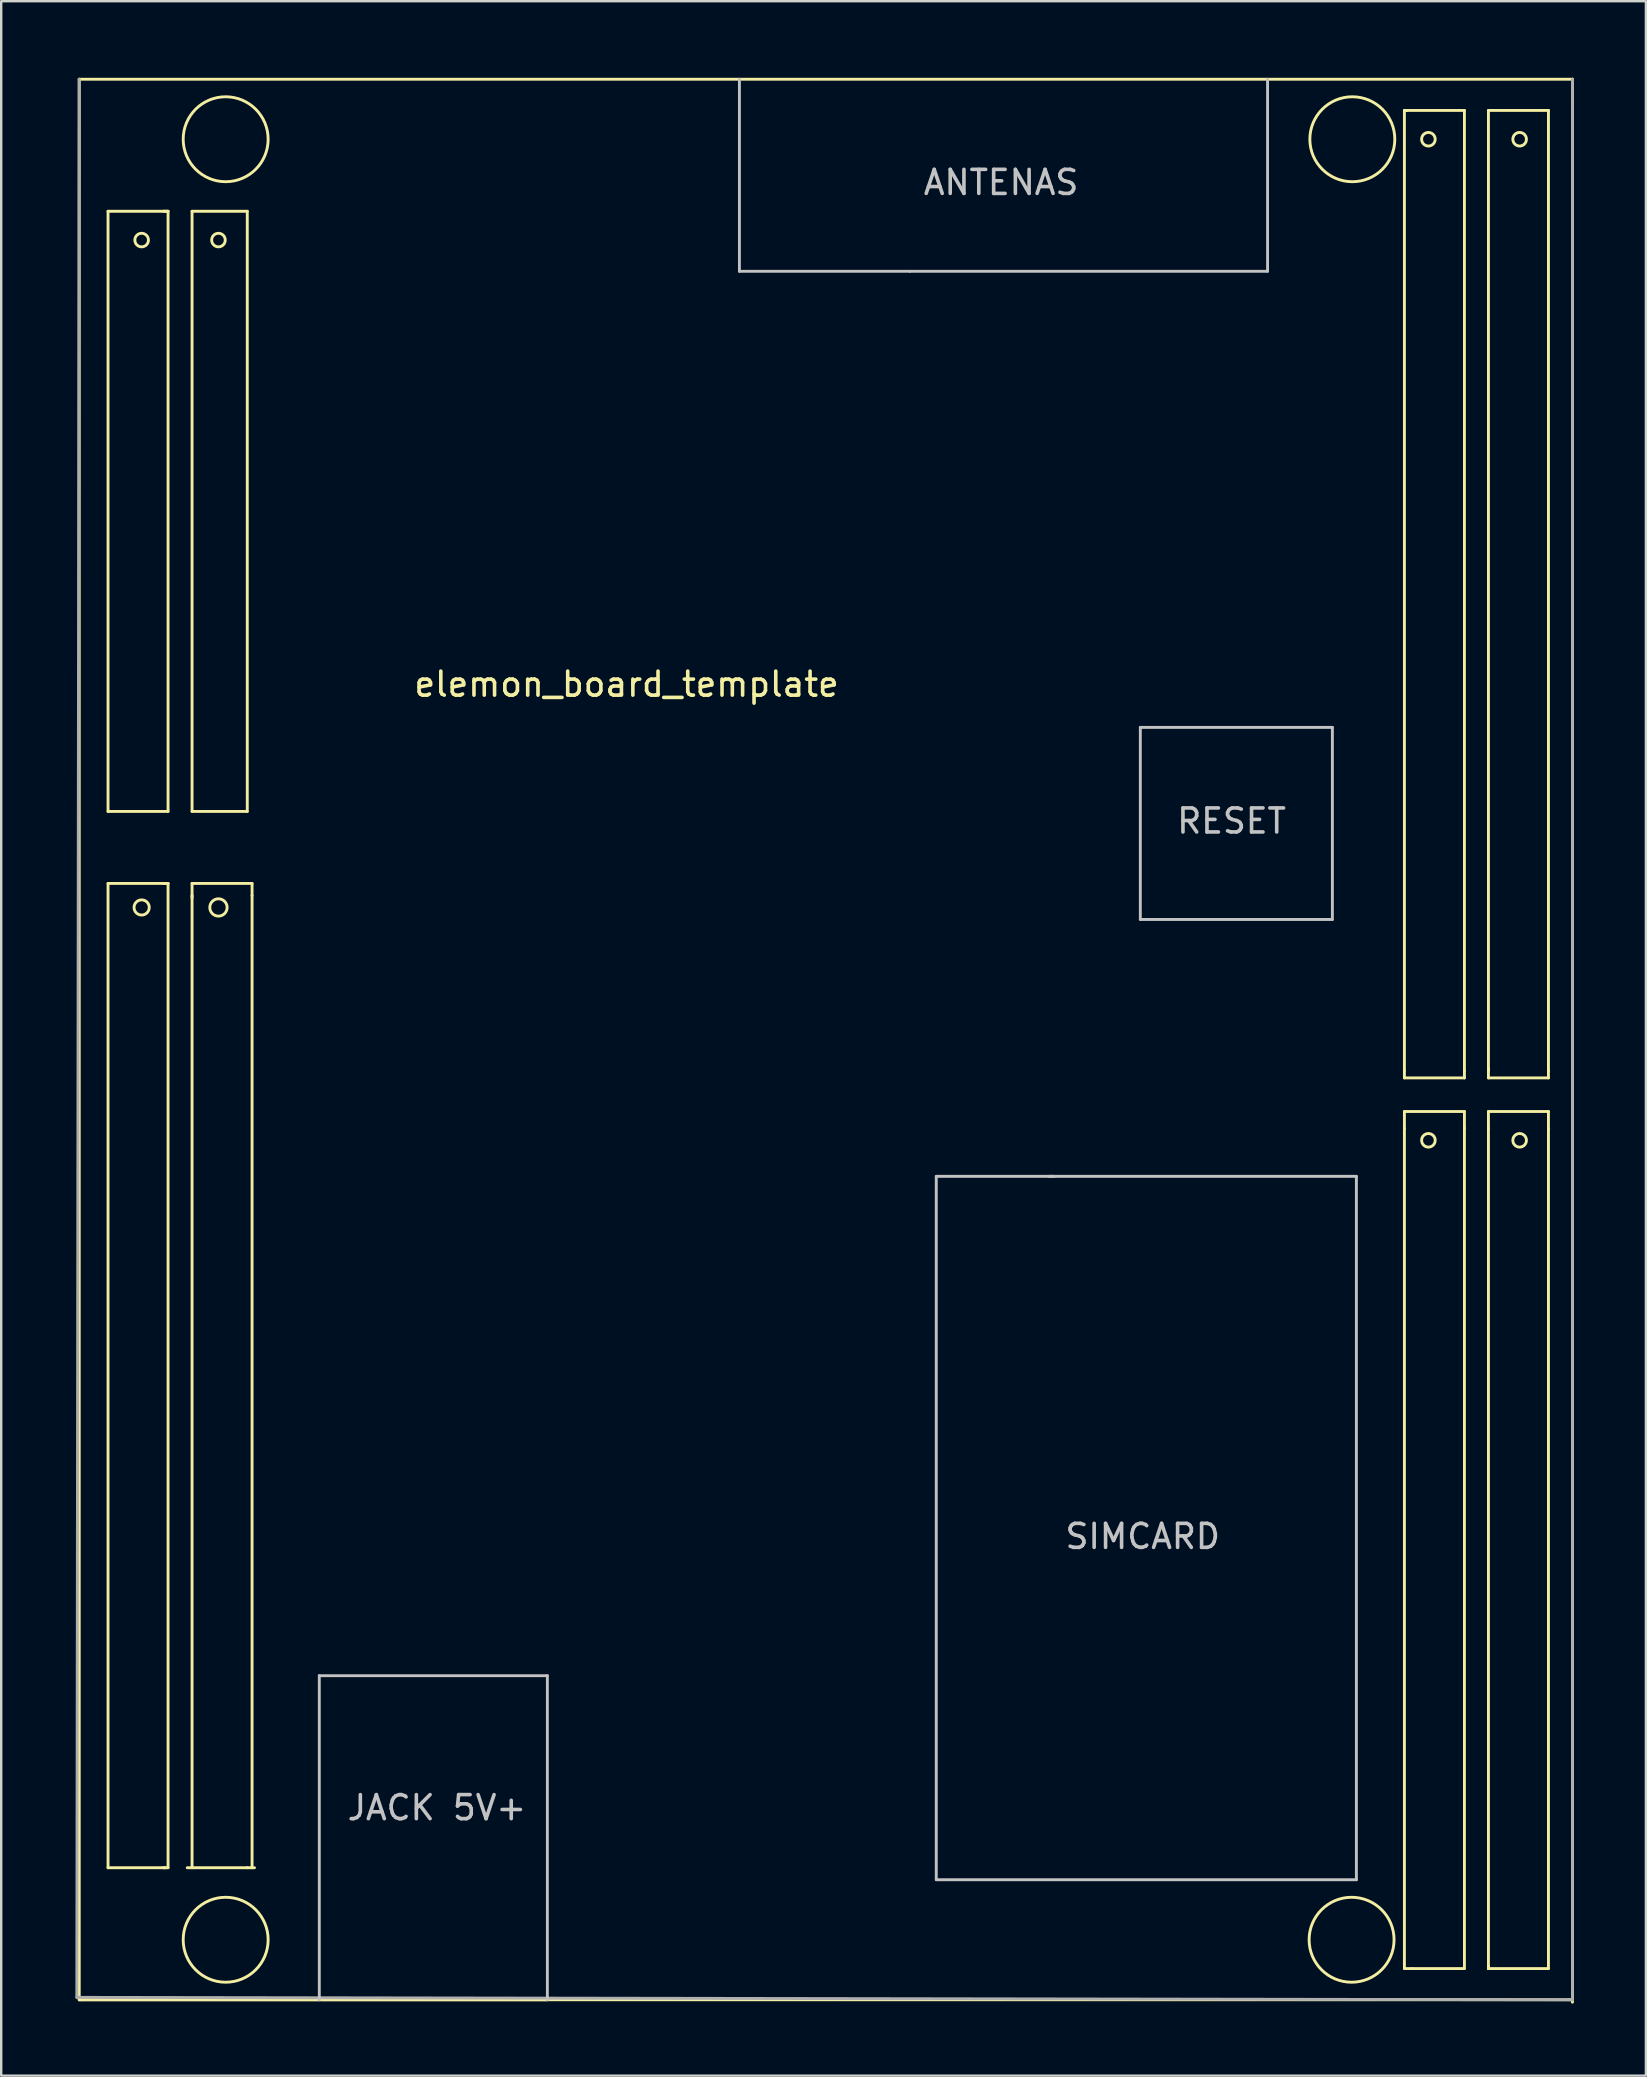
<source format=kicad_pcb>
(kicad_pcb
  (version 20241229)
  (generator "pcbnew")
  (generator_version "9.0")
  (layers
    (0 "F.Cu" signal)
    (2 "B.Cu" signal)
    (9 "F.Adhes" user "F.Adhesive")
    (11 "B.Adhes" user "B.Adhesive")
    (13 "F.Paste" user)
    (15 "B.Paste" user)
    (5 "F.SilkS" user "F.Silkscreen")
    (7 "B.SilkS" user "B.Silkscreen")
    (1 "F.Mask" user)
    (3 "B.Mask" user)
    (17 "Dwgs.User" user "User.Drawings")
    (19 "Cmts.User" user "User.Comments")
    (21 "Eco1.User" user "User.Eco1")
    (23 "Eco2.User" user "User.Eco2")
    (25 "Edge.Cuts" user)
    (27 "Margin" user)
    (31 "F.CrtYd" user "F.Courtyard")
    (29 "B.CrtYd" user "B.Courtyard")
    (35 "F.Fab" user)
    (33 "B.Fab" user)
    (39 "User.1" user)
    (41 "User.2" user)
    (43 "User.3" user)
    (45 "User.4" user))
  (footprint "elemon_board_template"
    (layer "F.Cu")
    (at 0.25 0.25)
    (property "Reference" "elemon_board_template" (at 22.8 25.2 0) (layer "F.SilkS") (effects (font (size 1 1) (thickness 0.15))))
    (attr through_hole)
    (fp_line (start 0 0) (end 62.2 0) (stroke (width 0.12) (type solid)) (layer "F.SilkS"))
    (fp_line (start 0 80) (end 0 0) (stroke (width 0.12) (type solid)) (layer "F.SilkS"))
    (fp_line (start 0 80) (end 19.5 80) (stroke (width 0.12) (type solid)) (layer "F.SilkS"))
    (fp_line (start 0.1 80) (end 0 80) (stroke (width 0.12) (type solid)) (layer "F.SilkS"))
    (fp_line (start 0.1 80) (end 62.1 80) (stroke (width 0.12) (type solid)) (layer "F.SilkS"))
    (fp_line (start 1.2 5.5) (end 3.7 5.5) (stroke (width 0.12) (type solid)) (layer "F.SilkS"))
    (fp_line (start 1.2 30.5) (end 1.2 5.5) (stroke (width 0.12) (type solid)) (layer "F.SilkS"))
    (fp_line (start 1.2 30.5) (end 3.7 30.5) (stroke (width 0.12) (type solid)) (layer "F.SilkS"))
    (fp_line (start 1.2 33.5) (end 1.2 74.5) (stroke (width 0.12) (type solid)) (layer "F.SilkS"))
    (fp_line (start 1.2 33.5) (end 3.7 33.5) (stroke (width 0.12) (type solid)) (layer "F.SilkS"))
    (fp_line (start 1.2 74.5) (end 3.6 74.5) (stroke (width 0.12) (type solid)) (layer "F.SilkS"))
    (fp_line (start 3.5 5.5) (end 3.7 5.5) (stroke (width 0.12) (type solid)) (layer "F.SilkS"))
    (fp_line (start 3.5 33.5) (end 3.7 33.5) (stroke (width 0.12) (type solid)) (layer "F.SilkS"))
    (fp_line (start 3.7 5.5) (end 3.7 30.5) (stroke (width 0.12) (type solid)) (layer "F.SilkS"))
    (fp_line (start 3.7 33.5) (end 3.7 74.5) (stroke (width 0.12) (type solid)) (layer "F.SilkS"))
    (fp_line (start 3.7 74.5) (end 3.5 74.5) (stroke (width 0.12) (type solid)) (layer "F.SilkS"))
    (fp_line (start 4.7 5.5) (end 7 5.5) (stroke (width 0.12) (type solid)) (layer "F.SilkS"))
    (fp_line (start 4.7 30.5) (end 4.7 5.5) (stroke (width 0.12) (type solid)) (layer "F.SilkS"))
    (fp_line (start 4.7 30.5) (end 7 30.5) (stroke (width 0.12) (type solid)) (layer "F.SilkS"))
    (fp_line (start 4.7 33.5) (end 4.7 34.1) (stroke (width 0.12) (type solid)) (layer "F.SilkS"))
    (fp_line (start 4.7 34) (end 4.7 74.5) (stroke (width 0.12) (type solid)) (layer "F.SilkS"))
    (fp_line (start 7 30.5) (end 7 5.5) (stroke (width 0.12) (type solid)) (layer "F.SilkS"))
    (fp_line (start 7 74.5) (end 4.5 74.5) (stroke (width 0.12) (type solid)) (layer "F.SilkS"))
    (fp_line (start 7.2 33.5) (end 4.7 33.5) (stroke (width 0.12) (type solid)) (layer "F.SilkS"))
    (fp_line (start 7.2 34) (end 7.2 33.5) (stroke (width 0.12) (type solid)) (layer "F.SilkS"))
    (fp_line (start 7.2 34) (end 7.2 74.5) (stroke (width 0.12) (type solid)) (layer "F.SilkS"))
    (fp_line (start 7.3 74.5) (end 7 74.5) (stroke (width 0.12) (type solid)) (layer "F.SilkS"))
    (fp_line (start 55.2 1.3) (end 55.3 1.3) (stroke (width 0.12) (type solid)) (layer "F.SilkS"))
    (fp_line (start 55.2 41.3) (end 55.2 1.3) (stroke (width 0.12) (type solid)) (layer "F.SilkS"))
    (fp_line (start 55.2 41.6) (end 55.2 41.3) (stroke (width 0.12) (type solid)) (layer "F.SilkS"))
    (fp_line (start 55.2 43) (end 55.2 43.7) (stroke (width 0.12) (type solid)) (layer "F.SilkS"))
    (fp_line (start 55.2 43.7) (end 55.2 78.7) (stroke (width 0.12) (type solid)) (layer "F.SilkS"))
    (fp_line (start 55.2 78.7) (end 55.5 78.7) (stroke (width 0.12) (type solid)) (layer "F.SilkS"))
    (fp_line (start 55.3 1.3) (end 55.2 1.3) (stroke (width 0.12) (type solid)) (layer "F.SilkS"))
    (fp_line (start 55.3 1.3) (end 57.7 1.3) (stroke (width 0.12) (type solid)) (layer "F.SilkS"))
    (fp_line (start 57.7 41.3) (end 57.7 1.3) (stroke (width 0.12) (type solid)) (layer "F.SilkS"))
    (fp_line (start 57.7 41.3) (end 57.7 41.6) (stroke (width 0.12) (type solid)) (layer "F.SilkS"))
    (fp_line (start 57.7 41.6) (end 55.2 41.6) (stroke (width 0.12) (type solid)) (layer "F.SilkS"))
    (fp_line (start 57.7 43) (end 55.2 43) (stroke (width 0.12) (type solid)) (layer "F.SilkS"))
    (fp_line (start 57.7 43.7) (end 57.7 43) (stroke (width 0.12) (type solid)) (layer "F.SilkS"))
    (fp_line (start 57.7 43.7) (end 57.7 78.7) (stroke (width 0.12) (type solid)) (layer "F.SilkS"))
    (fp_line (start 57.7 78.7) (end 55.5 78.7) (stroke (width 0.12) (type solid)) (layer "F.SilkS"))
    (fp_line (start 58.7 1.3) (end 61.2 1.3) (stroke (width 0.12) (type solid)) (layer "F.SilkS"))
    (fp_line (start 58.7 41.3) (end 58.7 1.3) (stroke (width 0.12) (type solid)) (layer "F.SilkS"))
    (fp_line (start 58.7 41.6) (end 58.7 41.2) (stroke (width 0.12) (type solid)) (layer "F.SilkS"))
    (fp_line (start 58.7 43) (end 61.2 43) (stroke (width 0.12) (type solid)) (layer "F.SilkS"))
    (fp_line (start 58.7 43.7) (end 58.7 43) (stroke (width 0.12) (type solid)) (layer "F.SilkS"))
    (fp_line (start 58.7 78.6) (end 58.7 78.7) (stroke (width 0.12) (type solid)) (layer "F.SilkS"))
    (fp_line (start 58.7 78.7) (end 58.7 43.7) (stroke (width 0.12) (type solid)) (layer "F.SilkS"))
    (fp_line (start 58.7 78.7) (end 58.7 78.6) (stroke (width 0.12) (type solid)) (layer "F.SilkS"))
    (fp_line (start 58.7 78.7) (end 61.2 78.7) (stroke (width 0.12) (type solid)) (layer "F.SilkS"))
    (fp_line (start 61.2 1.3) (end 61.2 41.3) (stroke (width 0.12) (type solid)) (layer "F.SilkS"))
    (fp_line (start 61.2 41.3) (end 61.2 41.6) (stroke (width 0.12) (type solid)) (layer "F.SilkS"))
    (fp_line (start 61.2 41.6) (end 58.7 41.6) (stroke (width 0.12) (type solid)) (layer "F.SilkS"))
    (fp_line (start 61.2 43.7) (end 61.2 43) (stroke (width 0.12) (type solid)) (layer "F.SilkS"))
    (fp_line (start 61.2 43.7) (end 61.2 78.7) (stroke (width 0.12) (type solid)) (layer "F.SilkS"))
    (fp_line (start 62.1 80) (end 62.2 80) (stroke (width 0.12) (type solid)) (layer "F.SilkS"))
    (fp_line (start 62.2 0) (end 62.2 1) (stroke (width 0.12) (type solid)) (layer "F.SilkS"))
    (fp_line (start 62.2 0) (end 62.2 80.1) (stroke (width 0.12) (type solid)) (layer "F.SilkS"))
    (fp_circle (center 2.6 6.7) (end 2.8 6.5) (stroke (width 0.12) (type solid)) (fill no) (layer "F.SilkS"))
    (fp_circle (center 2.6 34.5) (end 2.9 34.4) (stroke (width 0.12) (type solid)) (fill no) (layer "F.SilkS"))
    (fp_circle (center 5.8 6.7) (end 6 6.5) (stroke (width 0.12) (type solid)) (fill no) (layer "F.SilkS"))
    (fp_circle (center 5.8 34.5) (end 6 34.2) (stroke (width 0.12) (type solid)) (fill no) (layer "F.SilkS"))
    (fp_circle (center 6.1 2.5) (end 7.4 3.7) (stroke (width 0.12) (type solid)) (fill no) (layer "F.SilkS"))
    (fp_circle (center 6.1 77.5) (end 7.4 78.7) (stroke (width 0.12) (type solid)) (fill no) (layer "F.SilkS"))
    (fp_circle (center 53 77.5) (end 54.3 78.7) (stroke (width 0.12) (type solid)) (fill no) (layer "F.SilkS"))
    (fp_circle (center 53.031 2.5) (end 54.331 3.7) (stroke (width 0.12) (type solid)) (fill no) (layer "F.SilkS"))
    (fp_circle (center 56.2 2.5) (end 56.4 2.3) (stroke (width 0.12) (type solid)) (fill no) (layer "F.SilkS"))
    (fp_circle (center 56.2 44.2) (end 56.483 44.2) (stroke (width 0.12) (type solid)) (fill no) (layer "F.SilkS"))
    (fp_circle (center 60 2.5) (end 60.2 2.3) (stroke (width 0.12) (type solid)) (fill no) (layer "F.SilkS"))
    (fp_circle (center 60 44.2) (end 60.283 44.2) (stroke (width 0.12) (type solid)) (fill no) (layer "F.SilkS"))
    (fp_line (start 10 66.5) (end 10 80) (stroke (width 0.12) (type solid)) (layer "Dwgs.User"))
    (fp_line (start 19.5 66.5) (end 10 66.5) (stroke (width 0.12) (type solid)) (layer "Dwgs.User"))
    (fp_line (start 19.5 80) (end 19.5 66.5) (stroke (width 0.12) (type solid)) (layer "Dwgs.User"))
    (fp_line (start 27.5 0) (end 27.5 8) (stroke (width 0.12) (type solid)) (layer "Dwgs.User"))
    (fp_line (start 27.5 8) (end 34.6 8) (stroke (width 0.12) (type solid)) (layer "Dwgs.User"))
    (fp_line (start 35.7 45.7) (end 40.6 45.7) (stroke (width 0.12) (type solid)) (layer "Dwgs.User"))
    (fp_line (start 35.7 75) (end 35.7 45.7) (stroke (width 0.12) (type solid)) (layer "Dwgs.User"))
    (fp_line (start 35.7 75) (end 53.2 75) (stroke (width 0.12) (type solid)) (layer "Dwgs.User"))
    (fp_line (start 44.2 27) (end 44.2 35) (stroke (width 0.12) (type solid)) (layer "Dwgs.User"))
    (fp_line (start 44.2 35) (end 52.2 35) (stroke (width 0.12) (type solid)) (layer "Dwgs.User"))
    (fp_line (start 49.5 0) (end 49.5 8) (stroke (width 0.12) (type solid)) (layer "Dwgs.User"))
    (fp_line (start 49.5 8) (end 34.6 8) (stroke (width 0.12) (type solid)) (layer "Dwgs.User"))
    (fp_line (start 52.2 27) (end 44.2 27) (stroke (width 0.12) (type solid)) (layer "Dwgs.User"))
    (fp_line (start 52.2 27) (end 52.2 35) (stroke (width 0.12) (type solid)) (layer "Dwgs.User"))
    (fp_line (start 53.2 45.7) (end 40.4 45.7) (stroke (width 0.12) (type solid)) (layer "Dwgs.User"))
    (fp_line (start 53.2 75) (end 53.2 45.7) (stroke (width 0.12) (type solid)) (layer "Dwgs.User"))
    (fp_line (start -0.1 79.9) (end 0 0) (stroke (width 0.12) (type solid)) (layer "F.Fab"))
    (fp_line (start 62.2 0) (end 62.2 80) (stroke (width 0.12) (type solid)) (layer "F.Fab"))
    (fp_line (start 62.2 80) (end -0.1 79.9) (stroke (width 0.12) (type solid)) (layer "F.Fab"))
    (fp_text user "JACK 5V+" (at 14.9 72 0) (layer "Dwgs.User") (effects (font (size 1 1) (thickness 0.15))))
    (fp_text user "RESET" (at 48 30.9 0) (layer "Dwgs.User") (effects (font (size 1 1) (thickness 0.15))))
    (fp_text user "SIMCARD" (at 44.3 60.7 0) (layer "Dwgs.User") (effects (font (size 1 1) (thickness 0.15))))
    (fp_text user "ANTENAS" (at 38.4 4.3 0) (layer "Dwgs.User") (effects (font (size 1 1) (thickness 0.15)))))
  (gr_rect
    (start -3 -3)
    (end 65.51 83.41)
    (stroke (width 0.1) (type default))
    (fill no)
    (layer "Edge.Cuts")))
</source>
